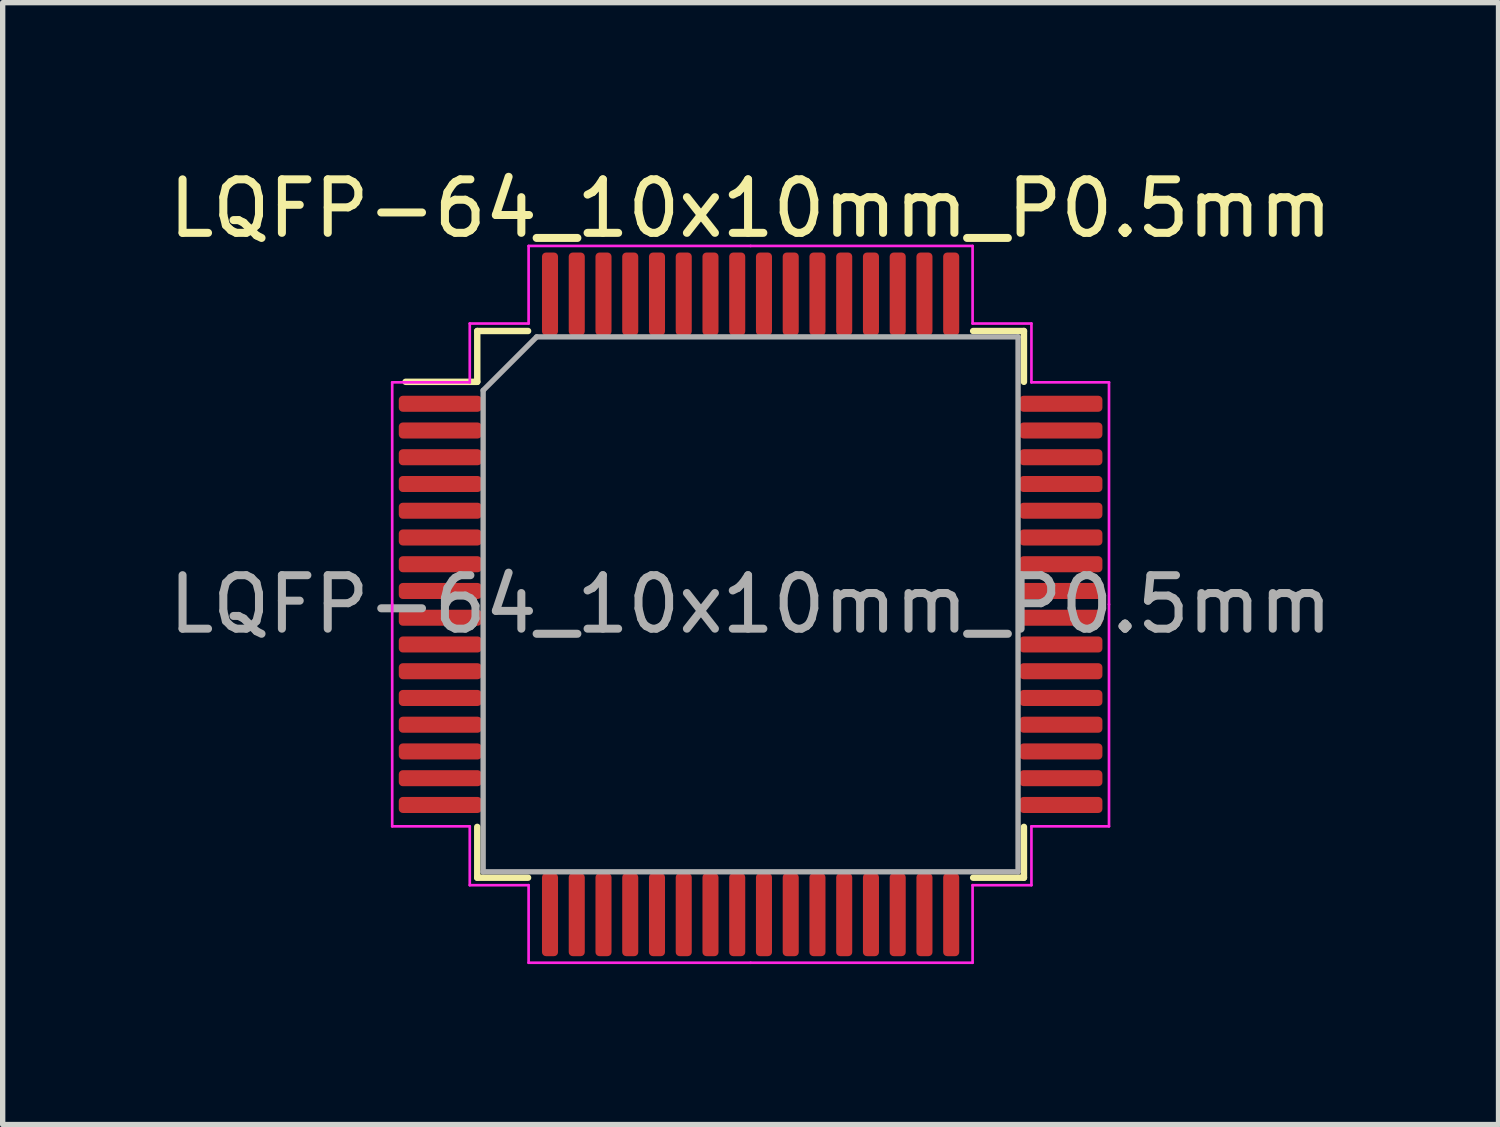
<source format=kicad_pcb>
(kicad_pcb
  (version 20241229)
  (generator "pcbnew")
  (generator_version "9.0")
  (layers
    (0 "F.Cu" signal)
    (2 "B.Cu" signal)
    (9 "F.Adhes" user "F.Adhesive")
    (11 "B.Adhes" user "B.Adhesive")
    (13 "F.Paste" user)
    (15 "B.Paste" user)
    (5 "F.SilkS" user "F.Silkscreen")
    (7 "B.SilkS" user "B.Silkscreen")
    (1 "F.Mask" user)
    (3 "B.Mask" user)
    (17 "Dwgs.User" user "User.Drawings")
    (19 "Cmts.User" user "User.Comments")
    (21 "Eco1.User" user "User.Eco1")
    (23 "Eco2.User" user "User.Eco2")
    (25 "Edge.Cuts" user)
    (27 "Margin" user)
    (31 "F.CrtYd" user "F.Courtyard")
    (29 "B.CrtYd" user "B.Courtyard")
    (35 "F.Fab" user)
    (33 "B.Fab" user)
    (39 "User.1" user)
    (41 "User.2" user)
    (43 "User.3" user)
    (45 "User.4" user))
  (footprint "LQFP-64_10x10mm_P0.5mm"
    (layer "F.Cu")
    (at 10.982 8.248)
    (property "Reference" "LQFP-64_10x10mm_P0.5mm" (at 0 -7.4 0) (layer "F.SilkS") (effects (font (size 1 1) (thickness 0.15))))
    (attr smd)
    (fp_line (start -5.11 -5.11) (end -5.11 -4.16) (stroke (width 0.12) (type solid)) (layer "F.SilkS"))
    (fp_line (start -5.11 -4.16) (end -6.45 -4.16) (stroke (width 0.12) (type solid)) (layer "F.SilkS"))
    (fp_line (start -5.11 5.11) (end -5.11 4.16) (stroke (width 0.12) (type solid)) (layer "F.SilkS"))
    (fp_line (start -4.16 -5.11) (end -5.11 -5.11) (stroke (width 0.12) (type solid)) (layer "F.SilkS"))
    (fp_line (start -4.16 5.11) (end -5.11 5.11) (stroke (width 0.12) (type solid)) (layer "F.SilkS"))
    (fp_line (start 4.16 -5.11) (end 5.11 -5.11) (stroke (width 0.12) (type solid)) (layer "F.SilkS"))
    (fp_line (start 4.16 5.11) (end 5.11 5.11) (stroke (width 0.12) (type solid)) (layer "F.SilkS"))
    (fp_line (start 5.11 -5.11) (end 5.11 -4.16) (stroke (width 0.12) (type solid)) (layer "F.SilkS"))
    (fp_line (start 5.11 5.11) (end 5.11 4.16) (stroke (width 0.12) (type solid)) (layer "F.SilkS"))
    (fp_line (start -6.7 -4.15) (end -6.7 0) (stroke (width 0.05) (type solid)) (layer "F.CrtYd"))
    (fp_line (start -6.7 4.15) (end -6.7 0) (stroke (width 0.05) (type solid)) (layer "F.CrtYd"))
    (fp_line (start -5.25 -5.25) (end -5.25 -4.15) (stroke (width 0.05) (type solid)) (layer "F.CrtYd"))
    (fp_line (start -5.25 -4.15) (end -6.7 -4.15) (stroke (width 0.05) (type solid)) (layer "F.CrtYd"))
    (fp_line (start -5.25 4.15) (end -6.7 4.15) (stroke (width 0.05) (type solid)) (layer "F.CrtYd"))
    (fp_line (start -5.25 5.25) (end -5.25 4.15) (stroke (width 0.05) (type solid)) (layer "F.CrtYd"))
    (fp_line (start -4.15 -6.7) (end -4.15 -5.25) (stroke (width 0.05) (type solid)) (layer "F.CrtYd"))
    (fp_line (start -4.15 -5.25) (end -5.25 -5.25) (stroke (width 0.05) (type solid)) (layer "F.CrtYd"))
    (fp_line (start -4.15 5.25) (end -5.25 5.25) (stroke (width 0.05) (type solid)) (layer "F.CrtYd"))
    (fp_line (start -4.15 6.7) (end -4.15 5.25) (stroke (width 0.05) (type solid)) (layer "F.CrtYd"))
    (fp_line (start 0 -6.7) (end -4.15 -6.7) (stroke (width 0.05) (type solid)) (layer "F.CrtYd"))
    (fp_line (start 0 -6.7) (end 4.15 -6.7) (stroke (width 0.05) (type solid)) (layer "F.CrtYd"))
    (fp_line (start 0 6.7) (end -4.15 6.7) (stroke (width 0.05) (type solid)) (layer "F.CrtYd"))
    (fp_line (start 0 6.7) (end 4.15 6.7) (stroke (width 0.05) (type solid)) (layer "F.CrtYd"))
    (fp_line (start 4.15 -6.7) (end 4.15 -5.25) (stroke (width 0.05) (type solid)) (layer "F.CrtYd"))
    (fp_line (start 4.15 -5.25) (end 5.25 -5.25) (stroke (width 0.05) (type solid)) (layer "F.CrtYd"))
    (fp_line (start 4.15 5.25) (end 5.25 5.25) (stroke (width 0.05) (type solid)) (layer "F.CrtYd"))
    (fp_line (start 4.15 6.7) (end 4.15 5.25) (stroke (width 0.05) (type solid)) (layer "F.CrtYd"))
    (fp_line (start 5.25 -5.25) (end 5.25 -4.15) (stroke (width 0.05) (type solid)) (layer "F.CrtYd"))
    (fp_line (start 5.25 -4.15) (end 6.7 -4.15) (stroke (width 0.05) (type solid)) (layer "F.CrtYd"))
    (fp_line (start 5.25 4.15) (end 6.7 4.15) (stroke (width 0.05) (type solid)) (layer "F.CrtYd"))
    (fp_line (start 5.25 5.25) (end 5.25 4.15) (stroke (width 0.05) (type solid)) (layer "F.CrtYd"))
    (fp_line (start 6.7 -4.15) (end 6.7 0) (stroke (width 0.05) (type solid)) (layer "F.CrtYd"))
    (fp_line (start 6.7 4.15) (end 6.7 0) (stroke (width 0.05) (type solid)) (layer "F.CrtYd"))
    (fp_line (start -5 -4) (end -4 -5) (stroke (width 0.1) (type solid)) (layer "F.Fab"))
    (fp_line (start -5 5) (end -5 -4) (stroke (width 0.1) (type solid)) (layer "F.Fab"))
    (fp_line (start -4 -5) (end 5 -5) (stroke (width 0.1) (type solid)) (layer "F.Fab"))
    (fp_line (start 5 -5) (end 5 5) (stroke (width 0.1) (type solid)) (layer "F.Fab"))
    (fp_line (start 5 5) (end -5 5) (stroke (width 0.1) (type solid)) (layer "F.Fab"))
    (fp_text user "${REFERENCE}" (at 0 0 0) (layer "F.Fab") (effects (font (size 1 1) (thickness 0.15))))
    (pad "1" smd roundrect (at -5.802 -3.75) (size 1.55 0.3) (layers "F.Cu" "F.Mask" "F.Paste") (roundrect_rratio 0.25))
    (pad "2" smd roundrect (at -5.802 -3.25) (size 1.55 0.3) (layers "F.Cu" "F.Mask" "F.Paste") (roundrect_rratio 0.25))
    (pad "3" smd roundrect (at -5.802 -2.75) (size 1.55 0.3) (layers "F.Cu" "F.Mask" "F.Paste") (roundrect_rratio 0.25))
    (pad "4" smd roundrect (at -5.802 -2.25) (size 1.55 0.3) (layers "F.Cu" "F.Mask" "F.Paste") (roundrect_rratio 0.25))
    (pad "5" smd roundrect (at -5.802 -1.75) (size 1.55 0.3) (layers "F.Cu" "F.Mask" "F.Paste") (roundrect_rratio 0.25))
    (pad "6" smd roundrect (at -5.802 -1.25) (size 1.55 0.3) (layers "F.Cu" "F.Mask" "F.Paste") (roundrect_rratio 0.25))
    (pad "7" smd roundrect (at -5.802 -0.75) (size 1.55 0.3) (layers "F.Cu" "F.Mask" "F.Paste") (roundrect_rratio 0.25))
    (pad "8" smd roundrect (at -5.802 -0.25) (size 1.55 0.3) (layers "F.Cu" "F.Mask" "F.Paste") (roundrect_rratio 0.25))
    (pad "9" smd roundrect (at -5.802 0.25) (size 1.55 0.3) (layers "F.Cu" "F.Mask" "F.Paste") (roundrect_rratio 0.25))
    (pad "10" smd roundrect (at -5.802 0.75) (size 1.55 0.3) (layers "F.Cu" "F.Mask" "F.Paste") (roundrect_rratio 0.25))
    (pad "11" smd roundrect (at -5.802 1.25) (size 1.55 0.3) (layers "F.Cu" "F.Mask" "F.Paste") (roundrect_rratio 0.25))
    (pad "12" smd roundrect (at -5.802 1.75) (size 1.55 0.3) (layers "F.Cu" "F.Mask" "F.Paste") (roundrect_rratio 0.25))
    (pad "13" smd roundrect (at -5.802 2.25) (size 1.55 0.3) (layers "F.Cu" "F.Mask" "F.Paste") (roundrect_rratio 0.25))
    (pad "14" smd roundrect (at -5.802 2.75) (size 1.55 0.3) (layers "F.Cu" "F.Mask" "F.Paste") (roundrect_rratio 0.25))
    (pad "15" smd roundrect (at -5.802 3.25) (size 1.55 0.3) (layers "F.Cu" "F.Mask" "F.Paste") (roundrect_rratio 0.25))
    (pad "16" smd roundrect (at -5.802 3.75) (size 1.55 0.3) (layers "F.Cu" "F.Mask" "F.Paste") (roundrect_rratio 0.25))
    (pad "17" smd roundrect (at -3.75 5.802) (size 0.3 1.55) (layers "F.Cu" "F.Mask" "F.Paste") (roundrect_rratio 0.25))
    (pad "18" smd roundrect (at -3.25 5.802) (size 0.3 1.55) (layers "F.Cu" "F.Mask" "F.Paste") (roundrect_rratio 0.25))
    (pad "19" smd roundrect (at -2.75 5.802) (size 0.3 1.55) (layers "F.Cu" "F.Mask" "F.Paste") (roundrect_rratio 0.25))
    (pad "20" smd roundrect (at -2.25 5.802) (size 0.3 1.55) (layers "F.Cu" "F.Mask" "F.Paste") (roundrect_rratio 0.25))
    (pad "21" smd roundrect (at -1.75 5.802) (size 0.3 1.55) (layers "F.Cu" "F.Mask" "F.Paste") (roundrect_rratio 0.25))
    (pad "22" smd roundrect (at -1.25 5.802) (size 0.3 1.55) (layers "F.Cu" "F.Mask" "F.Paste") (roundrect_rratio 0.25))
    (pad "23" smd roundrect (at -0.75 5.802) (size 0.3 1.55) (layers "F.Cu" "F.Mask" "F.Paste") (roundrect_rratio 0.25))
    (pad "24" smd roundrect (at -0.25 5.802) (size 0.3 1.55) (layers "F.Cu" "F.Mask" "F.Paste") (roundrect_rratio 0.25))
    (pad "25" smd roundrect (at 0.25 5.802) (size 0.3 1.55) (layers "F.Cu" "F.Mask" "F.Paste") (roundrect_rratio 0.25))
    (pad "26" smd roundrect (at 0.75 5.802) (size 0.3 1.55) (layers "F.Cu" "F.Mask" "F.Paste") (roundrect_rratio 0.25))
    (pad "27" smd roundrect (at 1.25 5.802) (size 0.3 1.55) (layers "F.Cu" "F.Mask" "F.Paste") (roundrect_rratio 0.25))
    (pad "28" smd roundrect (at 1.75 5.802) (size 0.3 1.55) (layers "F.Cu" "F.Mask" "F.Paste") (roundrect_rratio 0.25))
    (pad "29" smd roundrect (at 2.25 5.802) (size 0.3 1.55) (layers "F.Cu" "F.Mask" "F.Paste") (roundrect_rratio 0.25))
    (pad "30" smd roundrect (at 2.75 5.802) (size 0.3 1.55) (layers "F.Cu" "F.Mask" "F.Paste") (roundrect_rratio 0.25))
    (pad "31" smd roundrect (at 3.25 5.802) (size 0.3 1.55) (layers "F.Cu" "F.Mask" "F.Paste") (roundrect_rratio 0.25))
    (pad "32" smd roundrect (at 3.75 5.802) (size 0.3 1.55) (layers "F.Cu" "F.Mask" "F.Paste") (roundrect_rratio 0.25))
    (pad "33" smd roundrect (at 5.802 3.75) (size 1.55 0.3) (layers "F.Cu" "F.Mask" "F.Paste") (roundrect_rratio 0.25))
    (pad "34" smd roundrect (at 5.802 3.25) (size 1.55 0.3) (layers "F.Cu" "F.Mask" "F.Paste") (roundrect_rratio 0.25))
    (pad "35" smd roundrect (at 5.802 2.75) (size 1.55 0.3) (layers "F.Cu" "F.Mask" "F.Paste") (roundrect_rratio 0.25))
    (pad "36" smd roundrect (at 5.802 2.25) (size 1.55 0.3) (layers "F.Cu" "F.Mask" "F.Paste") (roundrect_rratio 0.25))
    (pad "37" smd roundrect (at 5.802 1.75) (size 1.55 0.3) (layers "F.Cu" "F.Mask" "F.Paste") (roundrect_rratio 0.25))
    (pad "38" smd roundrect (at 5.802 1.25) (size 1.55 0.3) (layers "F.Cu" "F.Mask" "F.Paste") (roundrect_rratio 0.25))
    (pad "39" smd roundrect (at 5.802 0.75) (size 1.55 0.3) (layers "F.Cu" "F.Mask" "F.Paste") (roundrect_rratio 0.25))
    (pad "40" smd roundrect (at 5.802 0.25) (size 1.55 0.3) (layers "F.Cu" "F.Mask" "F.Paste") (roundrect_rratio 0.25))
    (pad "41" smd roundrect (at 5.802 -0.25) (size 1.55 0.3) (layers "F.Cu" "F.Mask" "F.Paste") (roundrect_rratio 0.25))
    (pad "42" smd roundrect (at 5.802 -0.75) (size 1.55 0.3) (layers "F.Cu" "F.Mask" "F.Paste") (roundrect_rratio 0.25))
    (pad "43" smd roundrect (at 5.802 -1.25) (size 1.55 0.3) (layers "F.Cu" "F.Mask" "F.Paste") (roundrect_rratio 0.25))
    (pad "44" smd roundrect (at 5.802 -1.75) (size 1.55 0.3) (layers "F.Cu" "F.Mask" "F.Paste") (roundrect_rratio 0.25))
    (pad "45" smd roundrect (at 5.802 -2.25) (size 1.55 0.3) (layers "F.Cu" "F.Mask" "F.Paste") (roundrect_rratio 0.25))
    (pad "46" smd roundrect (at 5.802 -2.75) (size 1.55 0.3) (layers "F.Cu" "F.Mask" "F.Paste") (roundrect_rratio 0.25))
    (pad "47" smd roundrect (at 5.802 -3.25) (size 1.55 0.3) (layers "F.Cu" "F.Mask" "F.Paste") (roundrect_rratio 0.25))
    (pad "48" smd roundrect (at 5.802 -3.75) (size 1.55 0.3) (layers "F.Cu" "F.Mask" "F.Paste") (roundrect_rratio 0.25))
    (pad "49" smd roundrect (at 3.75 -5.802) (size 0.3 1.55) (layers "F.Cu" "F.Mask" "F.Paste") (roundrect_rratio 0.25))
    (pad "50" smd roundrect (at 3.25 -5.802) (size 0.3 1.55) (layers "F.Cu" "F.Mask" "F.Paste") (roundrect_rratio 0.25))
    (pad "51" smd roundrect (at 2.75 -5.802) (size 0.3 1.55) (layers "F.Cu" "F.Mask" "F.Paste") (roundrect_rratio 0.25))
    (pad "52" smd roundrect (at 2.25 -5.802) (size 0.3 1.55) (layers "F.Cu" "F.Mask" "F.Paste") (roundrect_rratio 0.25))
    (pad "53" smd roundrect (at 1.75 -5.802) (size 0.3 1.55) (layers "F.Cu" "F.Mask" "F.Paste") (roundrect_rratio 0.25))
    (pad "54" smd roundrect (at 1.25 -5.802) (size 0.3 1.55) (layers "F.Cu" "F.Mask" "F.Paste") (roundrect_rratio 0.25))
    (pad "55" smd roundrect (at 0.75 -5.802) (size 0.3 1.55) (layers "F.Cu" "F.Mask" "F.Paste") (roundrect_rratio 0.25))
    (pad "56" smd roundrect (at 0.25 -5.802) (size 0.3 1.55) (layers "F.Cu" "F.Mask" "F.Paste") (roundrect_rratio 0.25))
    (pad "57" smd roundrect (at -0.25 -5.802) (size 0.3 1.55) (layers "F.Cu" "F.Mask" "F.Paste") (roundrect_rratio 0.25))
    (pad "58" smd roundrect (at -0.75 -5.802) (size 0.3 1.55) (layers "F.Cu" "F.Mask" "F.Paste") (roundrect_rratio 0.25))
    (pad "59" smd roundrect (at -1.25 -5.802) (size 0.3 1.55) (layers "F.Cu" "F.Mask" "F.Paste") (roundrect_rratio 0.25))
    (pad "60" smd roundrect (at -1.75 -5.802) (size 0.3 1.55) (layers "F.Cu" "F.Mask" "F.Paste") (roundrect_rratio 0.25))
    (pad "61" smd roundrect (at -2.25 -5.802) (size 0.3 1.55) (layers "F.Cu" "F.Mask" "F.Paste") (roundrect_rratio 0.25))
    (pad "62" smd roundrect (at -2.75 -5.802) (size 0.3 1.55) (layers "F.Cu" "F.Mask" "F.Paste") (roundrect_rratio 0.25))
    (pad "63" smd roundrect (at -3.25 -5.802) (size 0.3 1.55) (layers "F.Cu" "F.Mask" "F.Paste") (roundrect_rratio 0.25))
    (pad "64" smd roundrect (at -3.75 -5.802) (size 0.3 1.55) (layers "F.Cu" "F.Mask" "F.Paste") (roundrect_rratio 0.25)))
  (gr_rect
    (start -3 -3)
    (end 24.964 17.973)
    (stroke (width 0.1) (type default))
    (fill no)
    (layer "Edge.Cuts")))
</source>
